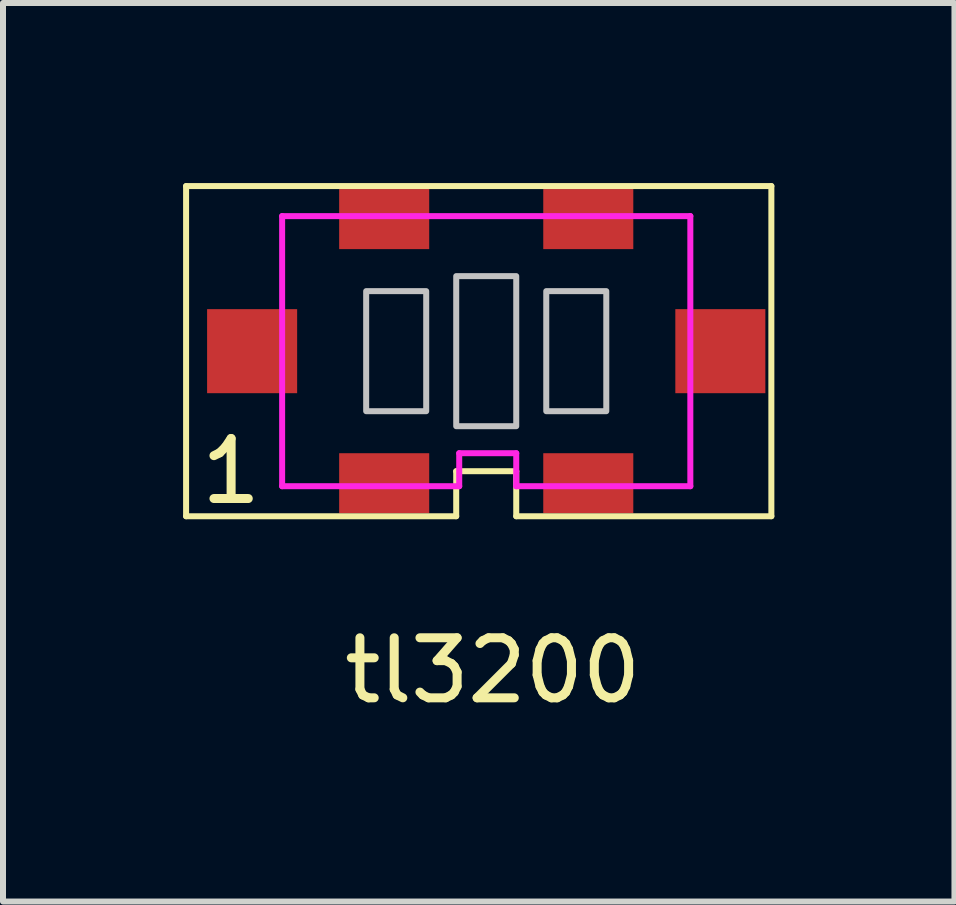
<source format=kicad_pcb>
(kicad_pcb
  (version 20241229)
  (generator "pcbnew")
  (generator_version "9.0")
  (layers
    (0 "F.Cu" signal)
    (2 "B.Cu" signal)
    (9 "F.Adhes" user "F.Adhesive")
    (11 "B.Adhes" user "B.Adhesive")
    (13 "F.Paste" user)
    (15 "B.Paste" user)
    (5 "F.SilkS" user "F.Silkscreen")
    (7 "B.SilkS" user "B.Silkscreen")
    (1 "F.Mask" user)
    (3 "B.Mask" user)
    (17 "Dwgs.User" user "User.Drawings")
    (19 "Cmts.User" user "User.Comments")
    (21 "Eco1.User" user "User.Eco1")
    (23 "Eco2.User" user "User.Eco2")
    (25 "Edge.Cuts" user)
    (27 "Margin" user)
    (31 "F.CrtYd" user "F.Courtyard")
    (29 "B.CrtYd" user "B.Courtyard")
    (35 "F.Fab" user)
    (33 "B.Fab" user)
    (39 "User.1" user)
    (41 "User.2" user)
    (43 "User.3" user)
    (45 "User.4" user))
  (footprint "tl3200"
    (layer "F.Cu")
    (at 5.05 2.8)
    (property "Reference" "tl3200" (at 0.11 5.32 0) (layer "F.SilkS") (effects (font (size 1 1) (thickness 0.15))))
    (attr through_hole)
    (fp_line (start -5 -2.75) (end 4.75 -2.75) (stroke (width 0.1) (type solid)) (layer "F.SilkS"))
    (fp_line (start -5 2.75) (end -5 -2.75) (stroke (width 0.1) (type solid)) (layer "F.SilkS"))
    (fp_line (start -0.5 2) (end 0.5 2) (stroke (width 0.1) (type solid)) (layer "F.SilkS"))
    (fp_line (start -0.5 2.75) (end -5 2.75) (stroke (width 0.1) (type solid)) (layer "F.SilkS"))
    (fp_line (start -0.5 2.75) (end -0.5 2) (stroke (width 0.1) (type solid)) (layer "F.SilkS"))
    (fp_line (start 0.5 2) (end 0.5 2.75) (stroke (width 0.1) (type solid)) (layer "F.SilkS"))
    (fp_line (start 4.75 -2.75) (end 4.75 2.75) (stroke (width 0.1) (type solid)) (layer "F.SilkS"))
    (fp_line (start 4.75 2.75) (end 0.5 2.75) (stroke (width 0.1) (type solid)) (layer "F.SilkS"))
    (fp_poly (pts (xy -1 1) (xy -2 1) (xy -2 -1) (xy -1 -1)) (stroke (width 0.1) (type solid)) (fill no) (layer "Dwgs.User"))
    (fp_poly (pts (xy 0.5 1.25) (xy -0.5 1.25) (xy -0.5 -1.25) (xy 0.5 -1.25)) (stroke (width 0.1) (type solid)) (fill no) (layer "Dwgs.User"))
    (fp_poly (pts (xy 2 1) (xy 1 1) (xy 1 -1) (xy 2 -1)) (stroke (width 0.1) (type solid)) (fill no) (layer "Dwgs.User"))
    (fp_line (start -3.4 -2.25) (end 3.4 -2.25) (stroke (width 0.1) (type solid)) (layer "F.CrtYd"))
    (fp_line (start -3.4 2.25) (end -3.4 -2.25) (stroke (width 0.1) (type solid)) (layer "F.CrtYd"))
    (fp_line (start -0.45 1.7) (end 0.5 1.7) (stroke (width 0.1) (type solid)) (layer "F.CrtYd"))
    (fp_line (start -0.45 2.25) (end -3.4 2.25) (stroke (width 0.1) (type solid)) (layer "F.CrtYd"))
    (fp_line (start -0.45 2.25) (end -0.45 1.7) (stroke (width 0.1) (type solid)) (layer "F.CrtYd"))
    (fp_line (start 0.5 1.7) (end 0.5 2.25) (stroke (width 0.1) (type solid)) (layer "F.CrtYd"))
    (fp_line (start 3.4 -2.25) (end 3.4 2.25) (stroke (width 0.1) (type solid)) (layer "F.CrtYd"))
    (fp_line (start 3.4 2.25) (end 0.5 2.25) (stroke (width 0.1) (type solid)) (layer "F.CrtYd"))
    (fp_text user "1" (at -4.25 2 0) (layer "F.SilkS") (effects (font (size 1 1) (thickness 0.15))))
    (pad "1" smd rect (at -3.9 0) (size 1.5 1.4) (layers "F.Cu" "F.Mask" "F.Paste"))
    (pad "2" smd rect (at 3.9 0) (size 1.5 1.4) (layers "F.Cu" "F.Mask" "F.Paste"))
    (pad "3" smd rect (at -1.7 -2.2) (size 1.5 1) (layers "F.Cu" "F.Mask" "F.Paste"))
    (pad "4" smd rect (at -1.7 2.2) (size 1.5 1) (layers "F.Cu" "F.Mask" "F.Paste"))
    (pad "5" smd rect (at 1.7 -2.2) (size 1.5 1) (layers "F.Cu" "F.Mask" "F.Paste"))
    (pad "6" smd rect (at 1.7 2.2) (size 1.5 1) (layers "F.Cu" "F.Mask" "F.Paste")))
  (gr_rect
    (start -3 -3)
    (end 12.85 11.968)
    (stroke (width 0.1) (type default))
    (fill no)
    (layer "Edge.Cuts")))
</source>
